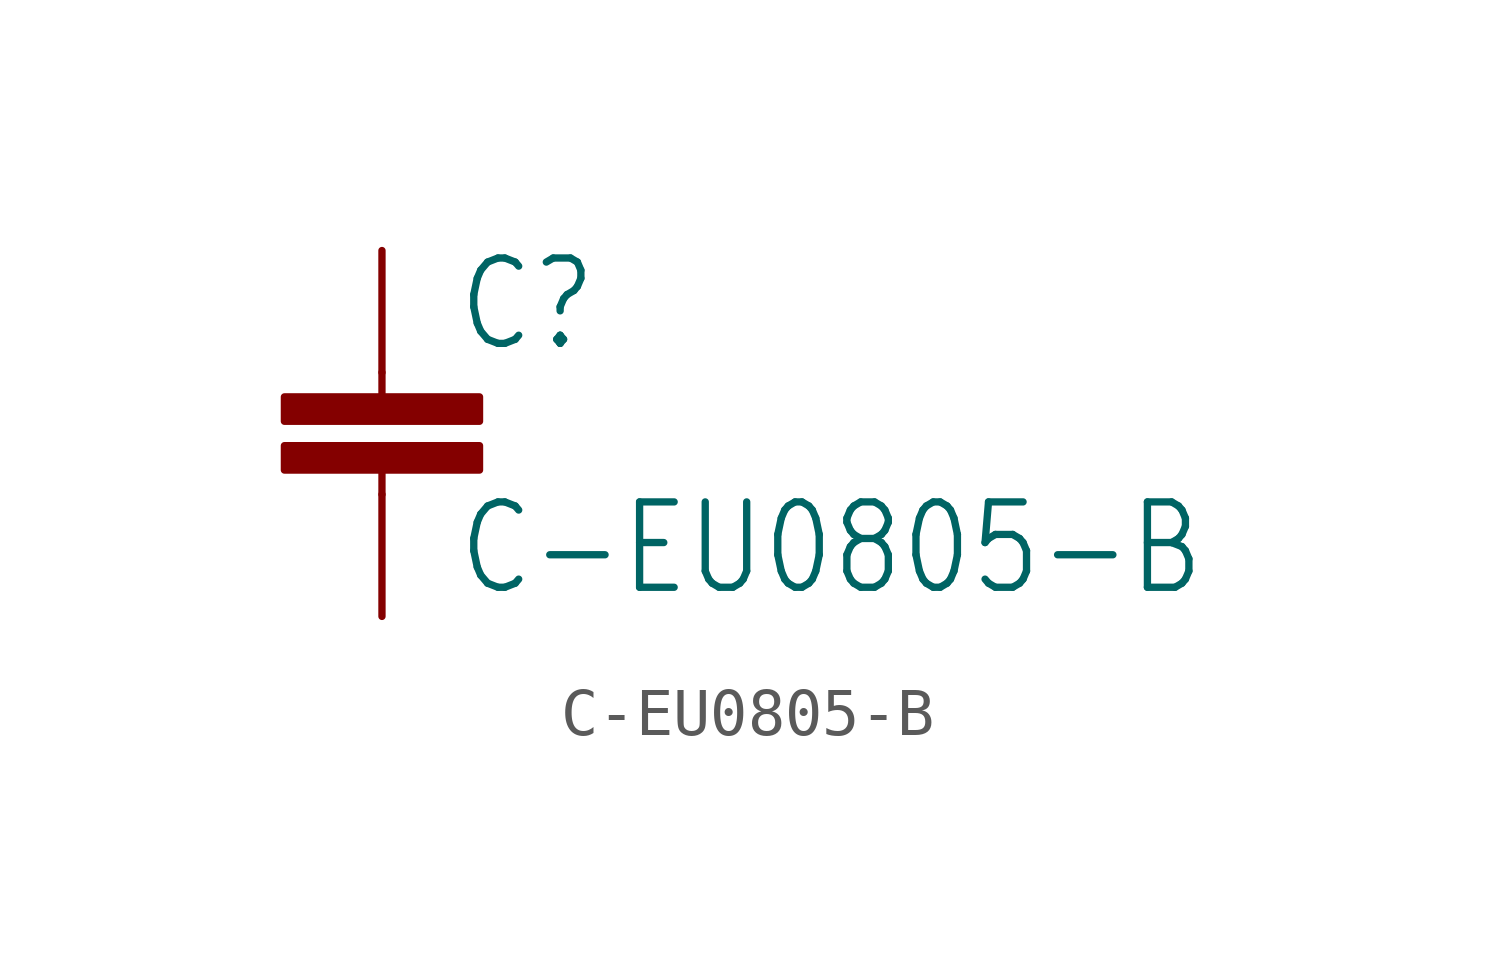
<source format=kicad_sym>
(kicad_symbol_lib
  (version 20210619)
  (generator kicad_symbol_editor)
  (symbol "C-EU0805-B"
    (property "Reference" "C"
      (at 1.524 0.381 0)
      (effects (font (size 1.778 1.511)) (justify left bottom)))
    (property "Value" "C-EU0805-B"
      (at 1.524 -4.699 0)
      (effects (font (size 1.778 1.511)) (justify left bottom)))
    (property "ki_locked" ""
      (at 0 0 0)
      (effects (font (size 1.27 1.27))))
    (symbol "C-EU0805-B_1_0"
      (rectangle (start -2.032 -2.032) (end 2.032 -1.524) (stroke (width 0)) (fill (type outline)))
      (rectangle (start -2.032 -1.016) (end 2.032 -0.508) (stroke (width 0)) (fill (type outline)))
      (polyline (pts (xy 0 -2.54) (xy 0 -2.032)) (stroke (width 0.152)) (fill (type none)))
      (polyline (pts (xy 0 0) (xy 0 -0.508)) (stroke (width 0.152)) (fill (type none)))
      (pin passive line (at 0 2.54 270) (length 2.54) (name "1" (effects (font (size 0 0)))) (number "1" (effects (font (size 0 0)))))
      (pin passive line (at 0 -5.08 90) (length 2.54) (name "2" (effects (font (size 0 0)))) (number "2" (effects (font (size 0 0))))))))
</source>
